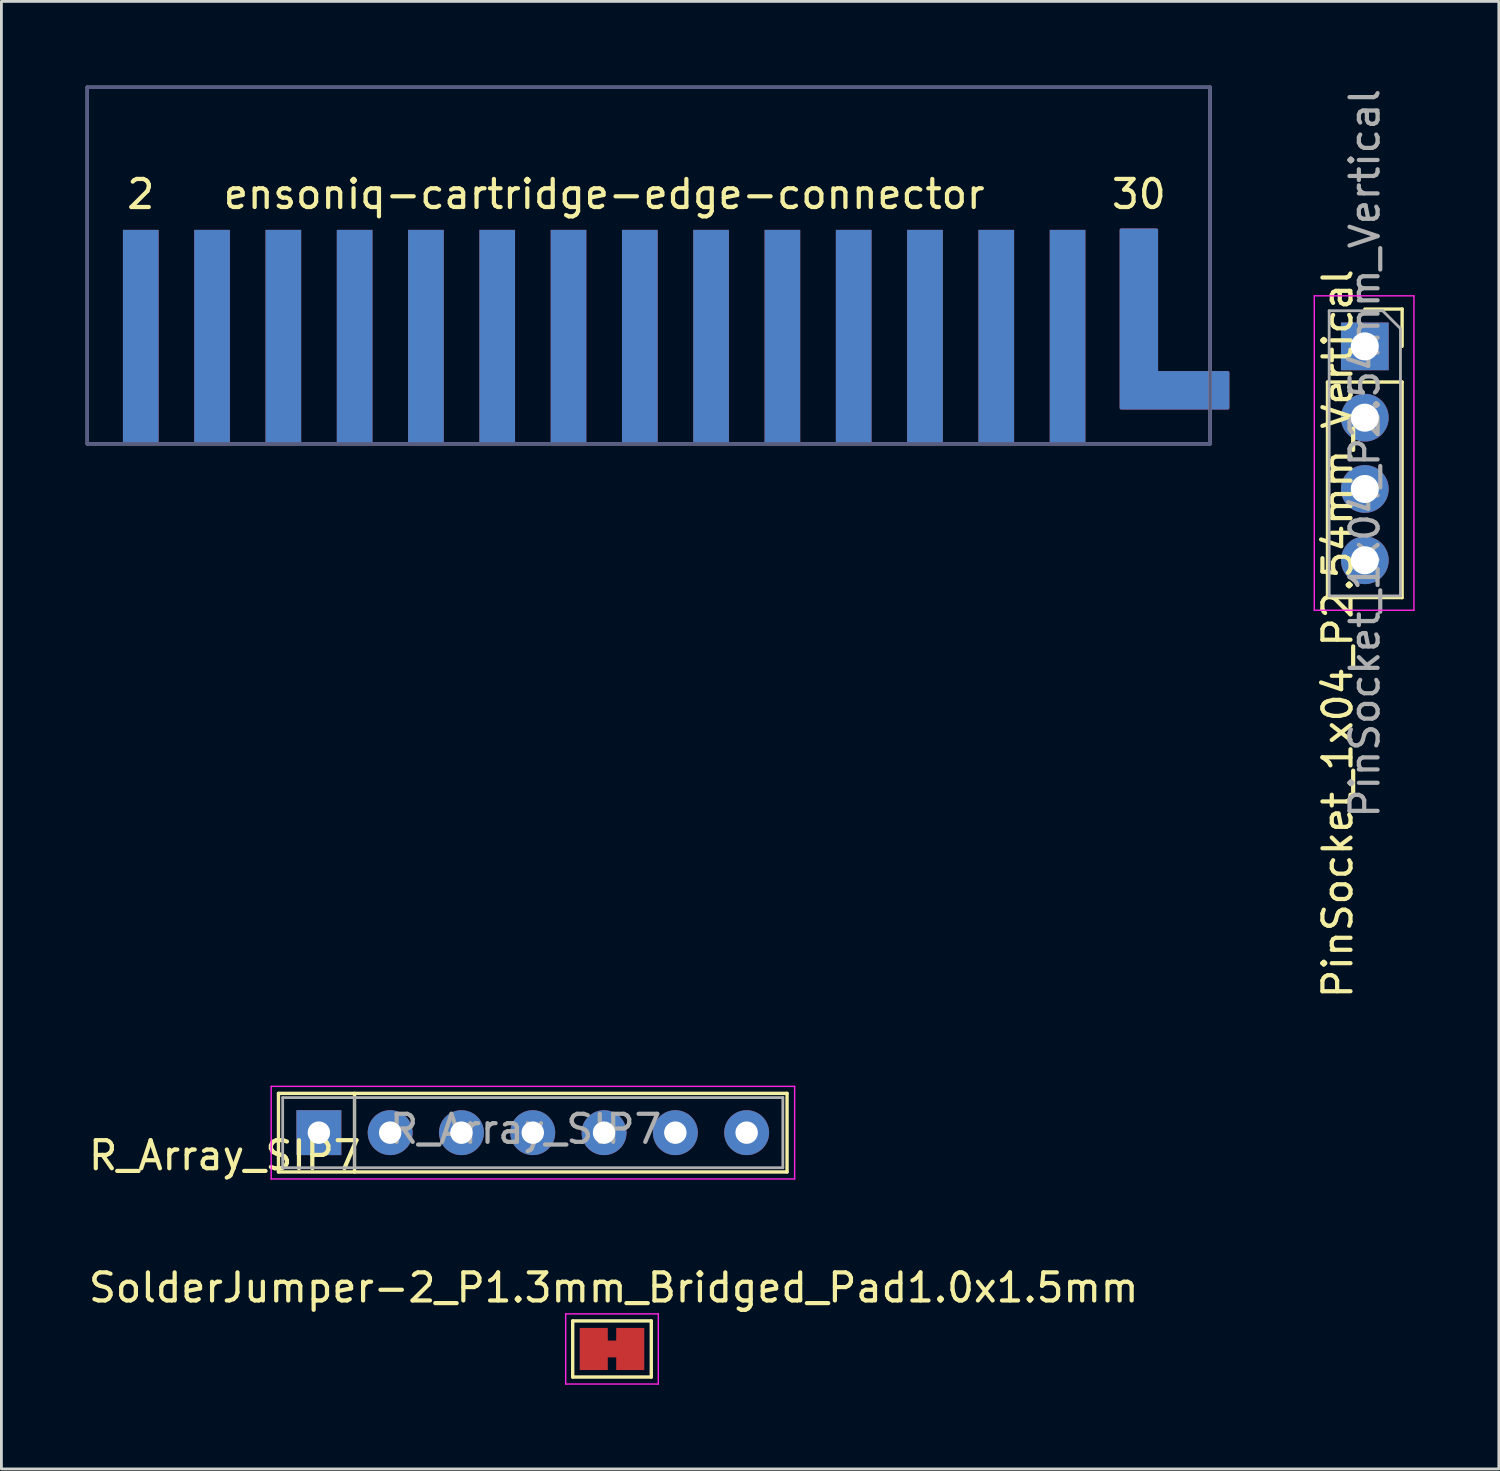
<source format=kicad_pcb>
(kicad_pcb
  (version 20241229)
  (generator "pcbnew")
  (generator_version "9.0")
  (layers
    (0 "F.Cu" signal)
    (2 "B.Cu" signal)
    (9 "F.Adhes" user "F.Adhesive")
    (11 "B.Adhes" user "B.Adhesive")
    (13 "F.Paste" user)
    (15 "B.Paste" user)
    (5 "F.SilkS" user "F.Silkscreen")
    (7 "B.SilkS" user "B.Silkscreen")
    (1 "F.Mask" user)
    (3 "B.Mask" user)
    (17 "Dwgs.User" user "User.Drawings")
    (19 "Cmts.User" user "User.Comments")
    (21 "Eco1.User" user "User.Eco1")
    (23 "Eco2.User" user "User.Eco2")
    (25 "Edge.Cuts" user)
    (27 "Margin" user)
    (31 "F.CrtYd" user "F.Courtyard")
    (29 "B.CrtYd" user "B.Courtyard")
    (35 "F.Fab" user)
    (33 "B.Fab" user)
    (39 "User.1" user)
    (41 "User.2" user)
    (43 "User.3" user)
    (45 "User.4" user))
  (footprint "R_Array_SIP7"
    (layer "F.Cu")
    (at 8.311 37.304)
    (property "Reference" "R_Array_SIP7" (at -3.353 0.813 180) (layer "F.SilkS") (effects (font (size 1 1) (thickness 0.15))))
    (attr through_hole)
    (fp_line (start -1.44 -1.4) (end -1.44 1.4) (stroke (width 0.12) (type solid)) (layer "F.SilkS"))
    (fp_line (start -1.44 1.4) (end 16.68 1.4) (stroke (width 0.12) (type solid)) (layer "F.SilkS"))
    (fp_line (start 1.27 -1.4) (end 1.27 1.4) (stroke (width 0.12) (type solid)) (layer "F.SilkS"))
    (fp_line (start 16.68 -1.4) (end -1.44 -1.4) (stroke (width 0.12) (type solid)) (layer "F.SilkS"))
    (fp_line (start 16.68 1.4) (end 16.68 -1.4) (stroke (width 0.12) (type solid)) (layer "F.SilkS"))
    (fp_line (start -1.7 -1.65) (end -1.7 1.65) (stroke (width 0.05) (type solid)) (layer "F.CrtYd"))
    (fp_line (start -1.7 1.65) (end 16.95 1.65) (stroke (width 0.05) (type solid)) (layer "F.CrtYd"))
    (fp_line (start 16.95 -1.65) (end -1.7 -1.65) (stroke (width 0.05) (type solid)) (layer "F.CrtYd"))
    (fp_line (start 16.95 1.65) (end 16.95 -1.65) (stroke (width 0.05) (type solid)) (layer "F.CrtYd"))
    (fp_line (start -1.29 -1.25) (end -1.29 1.25) (stroke (width 0.1) (type solid)) (layer "F.Fab"))
    (fp_line (start -1.29 1.25) (end 16.53 1.25) (stroke (width 0.1) (type solid)) (layer "F.Fab"))
    (fp_line (start 1.27 -1.25) (end 1.27 1.25) (stroke (width 0.1) (type solid)) (layer "F.Fab"))
    (fp_line (start 16.53 -1.25) (end -1.29 -1.25) (stroke (width 0.1) (type solid)) (layer "F.Fab"))
    (fp_line (start 16.53 1.25) (end 16.53 -1.25) (stroke (width 0.1) (type solid)) (layer "F.Fab"))
    (fp_text user "${REFERENCE}" (at 7.366 -0.127 180) (layer "F.Fab") (effects (font (size 1 1) (thickness 0.15))))
    (pad "1" thru_hole rect (at 0 0) (size 1.6 1.6) (drill 0.8) (layers "*.Cu" "*.Mask"))
    (pad "2" thru_hole oval (at 2.54 0) (size 1.6 1.6) (drill 0.8) (layers "*.Cu" "*.Mask"))
    (pad "3" thru_hole oval (at 5.08 0) (size 1.6 1.6) (drill 0.8) (layers "*.Cu" "*.Mask"))
    (pad "4" thru_hole oval (at 7.62 0) (size 1.6 1.6) (drill 0.8) (layers "*.Cu" "*.Mask"))
    (pad "5" thru_hole oval (at 10.16 0) (size 1.6 1.6) (drill 0.8) (layers "*.Cu" "*.Mask"))
    (pad "6" thru_hole oval (at 12.7 0) (size 1.6 1.6) (drill 0.8) (layers "*.Cu" "*.Mask"))
    (pad "7" thru_hole oval (at 15.24 0) (size 1.6 1.6) (drill 0.8) (layers "*.Cu" "*.Mask")))
  (footprint "SolderJumper-2_P1.3mm_Bridged_Pad1.0x1.5mm"
    (layer "F.Cu")
    (at 18.754 45.011)
    (property "Reference" "SolderJumper-2_P1.3mm_Bridged_Pad1.0x1.5mm" (at 0.061 -2.184 180) (layer "F.SilkS") (effects (font (size 1 1) (thickness 0.15))))
    (attr exclude_from_pos_files exclude_from_bom)
    (fp_poly (pts (xy -0.25 -0.3) (xy 0.25 -0.3) (xy 0.25 0.3) (xy -0.25 0.3)) (stroke (width 0) (type solid)) (fill yes) (layer "F.Cu"))
    (fp_line (start -1.4 -1) (end 1.4 -1) (stroke (width 0.12) (type solid)) (layer "F.SilkS"))
    (fp_line (start -1.4 1) (end -1.4 -1) (stroke (width 0.12) (type solid)) (layer "F.SilkS"))
    (fp_line (start 1.4 -1) (end 1.4 1) (stroke (width 0.12) (type solid)) (layer "F.SilkS"))
    (fp_line (start 1.4 1) (end -1.4 1) (stroke (width 0.12) (type solid)) (layer "F.SilkS"))
    (fp_line (start -1.65 -1.25) (end -1.65 1.25) (stroke (width 0.05) (type solid)) (layer "F.CrtYd"))
    (fp_line (start -1.65 -1.25) (end 1.65 -1.25) (stroke (width 0.05) (type solid)) (layer "F.CrtYd"))
    (fp_line (start 1.65 1.25) (end -1.65 1.25) (stroke (width 0.05) (type solid)) (layer "F.CrtYd"))
    (fp_line (start 1.65 1.25) (end 1.65 -1.25) (stroke (width 0.05) (type solid)) (layer "F.CrtYd"))
    (pad "1" smd rect (at -0.65 0) (size 1 1.5) (layers "F.Cu" "F.Mask"))
    (pad "2" smd rect (at 0.65 0) (size 1 1.5) (layers "F.Cu" "F.Mask")))
  (footprint "ensoniq-cartridge-edge-connector"
    (layer "F.Cu")
    (at 18.475 2.6)
    (property "Reference" "ensoniq-cartridge-edge-connector" (at 0 1.27 0) (layer "F.SilkS") (effects (font (size 1 1) (thickness 0.15))))
    (attr through_hole)
    (fp_line (start -18.415 -2.54) (end -18.415 10.16) (stroke (width 0.12) (type solid)) (layer "B.Fab"))
    (fp_line (start -18.415 10.16) (end 21.59 10.16) (stroke (width 0.12) (type solid)) (layer "B.Fab"))
    (fp_line (start 21.59 -2.54) (end -18.415 -2.54) (stroke (width 0.12) (type solid)) (layer "B.Fab"))
    (fp_line (start 21.59 10.16) (end 21.59 -2.54) (stroke (width 0.12) (type solid)) (layer "B.Fab"))
    (fp_line (start -18.415 -2.54) (end -18.415 10.16) (stroke (width 0.12) (type solid)) (layer "F.Fab"))
    (fp_line (start -18.415 10.16) (end 21.59 10.16) (stroke (width 0.12) (type solid)) (layer "F.Fab"))
    (fp_line (start 21.59 -2.54) (end -18.415 -2.54) (stroke (width 0.12) (type solid)) (layer "F.Fab"))
    (fp_line (start 21.59 10.16) (end 21.59 -2.54) (stroke (width 0.12) (type solid)) (layer "F.Fab"))
    (fp_text user "2" (at -16.51 1.27 0) (layer "F.SilkS") (effects (font (size 1 1) (thickness 0.15))))
    (fp_text user "30" (at 19.05 1.27 0) (layer "F.SilkS") (effects (font (size 1 1) (thickness 0.15))))
    (pad "1" connect rect (at -16.51 6.35) (size 1.27 7.62) (layers "B.Cu" "B.Mask"))
    (pad "2" connect rect (at -16.51 6.35) (size 1.27 7.62) (layers "F.Cu" "F.Mask"))
    (pad "3" connect rect (at -13.97 6.35) (size 1.27 7.62) (layers "B.Cu" "B.Mask"))
    (pad "4" connect rect (at -13.97 6.35) (size 1.27 7.62) (layers "F.Cu" "F.Mask"))
    (pad "5" connect rect (at -11.43 6.35) (size 1.27 7.62) (layers "B.Cu" "B.Mask"))
    (pad "6" connect rect (at -11.43 6.35) (size 1.27 7.62) (layers "F.Cu" "F.Mask"))
    (pad "7" connect rect (at -8.89 6.35) (size 1.27 7.62) (layers "B.Cu" "B.Mask"))
    (pad "8" connect rect (at -8.89 6.35) (size 1.27 7.62) (layers "F.Cu" "F.Mask"))
    (pad "9" connect rect (at -6.35 6.35) (size 1.27 7.62) (layers "B.Cu" "B.Mask"))
    (pad "10" connect rect (at -6.35 6.35) (size 1.27 7.62) (layers "F.Cu" "F.Mask"))
    (pad "11" connect rect (at -3.81 6.35) (size 1.27 7.62) (layers "B.Cu" "B.Mask"))
    (pad "12" connect rect (at -3.81 6.35) (size 1.27 7.62) (layers "F.Cu" "F.Mask"))
    (pad "13" connect rect (at -1.27 6.35) (size 1.27 7.62) (layers "B.Cu" "B.Mask"))
    (pad "14" connect rect (at -1.27 6.35) (size 1.27 7.62) (layers "F.Cu" "F.Mask"))
    (pad "15" connect rect (at 1.27 6.35) (size 1.27 7.62) (layers "B.Cu" "B.Mask"))
    (pad "16" connect rect (at 1.27 6.35) (size 1.27 7.62) (layers "F.Cu" "F.Mask"))
    (pad "17" connect rect (at 3.81 6.35) (size 1.27 7.62) (layers "B.Cu" "B.Mask"))
    (pad "18" connect rect (at 3.81 6.35) (size 1.27 7.62) (layers "F.Cu" "F.Mask"))
    (pad "19" connect rect (at 6.35 6.35) (size 1.27 7.62) (layers "B.Cu" "B.Mask"))
    (pad "20" connect rect (at 6.35 6.35) (size 1.27 7.62) (layers "F.Cu" "F.Mask"))
    (pad "21" connect rect (at 8.89 6.35) (size 1.27 7.62) (layers "B.Cu" "B.Mask"))
    (pad "22" connect rect (at 8.89 6.35) (size 1.27 7.62) (layers "F.Cu" "F.Mask"))
    (pad "23" connect rect (at 11.43 6.35) (size 1.27 7.62) (layers "B.Cu" "B.Mask"))
    (pad "24" connect rect (at 11.43 6.35) (size 1.27 7.62) (layers "F.Cu" "F.Mask"))
    (pad "25" connect rect (at 13.97 6.35) (size 1.27 7.62) (layers "B.Cu" "B.Mask"))
    (pad "26" connect rect (at 13.97 6.35) (size 1.27 7.62) (layers "F.Cu" "F.Mask"))
    (pad "27" connect rect (at 16.51 6.35) (size 1.27 7.62) (layers "B.Cu" "B.Mask"))
    (pad "28" connect rect (at 16.51 6.35) (size 1.27 7.62) (layers "F.Cu" "F.Mask"))
    (pad "29" connect custom (at 19.05 6.35) (size 1.27 1.27) (layers "B.Cu" "B.Mask") (options (anchor rect)) (primitives (gr_poly (pts (xy 0.635 1.27) (xy 3.175 1.27) (xy 3.175 2.54) (xy -0.635 2.54) (xy -0.635 -3.81) (xy 0.635 -3.81)) (width 0.1) (fill yes))))
    (pad "30" connect custom (at 19.05 6.35) (size 1.27 1.27) (layers "F.Cu" "F.Mask") (options (anchor rect)) (primitives (gr_poly (pts (xy 0.635 1.27) (xy 3.175 1.27) (xy 3.175 2.54) (xy -0.635 2.54) (xy -0.635 -3.81) (xy 0.635 -3.81)) (width 0.1) (fill yes)))))
  (footprint "PinSocket_1x04_P2.54mm_Vertical"
    (layer "F.Cu")
    (at 45.575 9.291)
    (property "Reference" "PinSocket_1x04_P2.54mm_Vertical" (at -0.965 10.236 270) (layer "F.SilkS") (effects (font (size 1 1) (thickness 0.15))))
    (attr through_hole)
    (fp_line (start -1.33 1.27) (end -1.33 8.95) (stroke (width 0.12) (type solid)) (layer "F.SilkS"))
    (fp_line (start -1.33 1.27) (end 1.33 1.27) (stroke (width 0.12) (type solid)) (layer "F.SilkS"))
    (fp_line (start -1.33 8.95) (end 1.33 8.95) (stroke (width 0.12) (type solid)) (layer "F.SilkS"))
    (fp_line (start 0 -1.33) (end 1.33 -1.33) (stroke (width 0.12) (type solid)) (layer "F.SilkS"))
    (fp_line (start 1.33 -1.33) (end 1.33 0) (stroke (width 0.12) (type solid)) (layer "F.SilkS"))
    (fp_line (start 1.33 1.27) (end 1.33 8.95) (stroke (width 0.12) (type solid)) (layer "F.SilkS"))
    (fp_line (start -1.8 -1.8) (end 1.75 -1.8) (stroke (width 0.05) (type solid)) (layer "F.CrtYd"))
    (fp_line (start -1.8 9.4) (end -1.8 -1.8) (stroke (width 0.05) (type solid)) (layer "F.CrtYd"))
    (fp_line (start 1.75 -1.8) (end 1.75 9.4) (stroke (width 0.05) (type solid)) (layer "F.CrtYd"))
    (fp_line (start 1.75 9.4) (end -1.8 9.4) (stroke (width 0.05) (type solid)) (layer "F.CrtYd"))
    (fp_line (start -1.27 -1.27) (end 0.635 -1.27) (stroke (width 0.1) (type solid)) (layer "F.Fab"))
    (fp_line (start -1.27 8.89) (end -1.27 -1.27) (stroke (width 0.1) (type solid)) (layer "F.Fab"))
    (fp_line (start 0.635 -1.27) (end 1.27 -0.635) (stroke (width 0.1) (type solid)) (layer "F.Fab"))
    (fp_line (start 1.27 -0.635) (end 1.27 8.89) (stroke (width 0.1) (type solid)) (layer "F.Fab"))
    (fp_line (start 1.27 8.89) (end -1.27 8.89) (stroke (width 0.1) (type solid)) (layer "F.Fab"))
    (fp_text user "${REFERENCE}" (at 0 3.81 90) (layer "F.Fab") (effects (font (size 1 1) (thickness 0.15))))
    (pad "1" thru_hole rect (at 0 0) (size 1.7 1.7) (drill 1) (layers "*.Cu" "*.Mask"))
    (pad "2" thru_hole oval (at 0 2.54) (size 1.7 1.7) (drill 1) (layers "*.Cu" "*.Mask"))
    (pad "3" thru_hole oval (at 0 5.08) (size 1.7 1.7) (drill 1) (layers "*.Cu" "*.Mask"))
    (pad "4" thru_hole oval (at 0 7.62) (size 1.7 1.7) (drill 1) (layers "*.Cu" "*.Mask")))
  (gr_rect
    (start -3 -3)
    (end 50.35 49.286)
    (stroke (width 0.1) (type default))
    (fill no)
    (layer "Edge.Cuts")))
</source>
